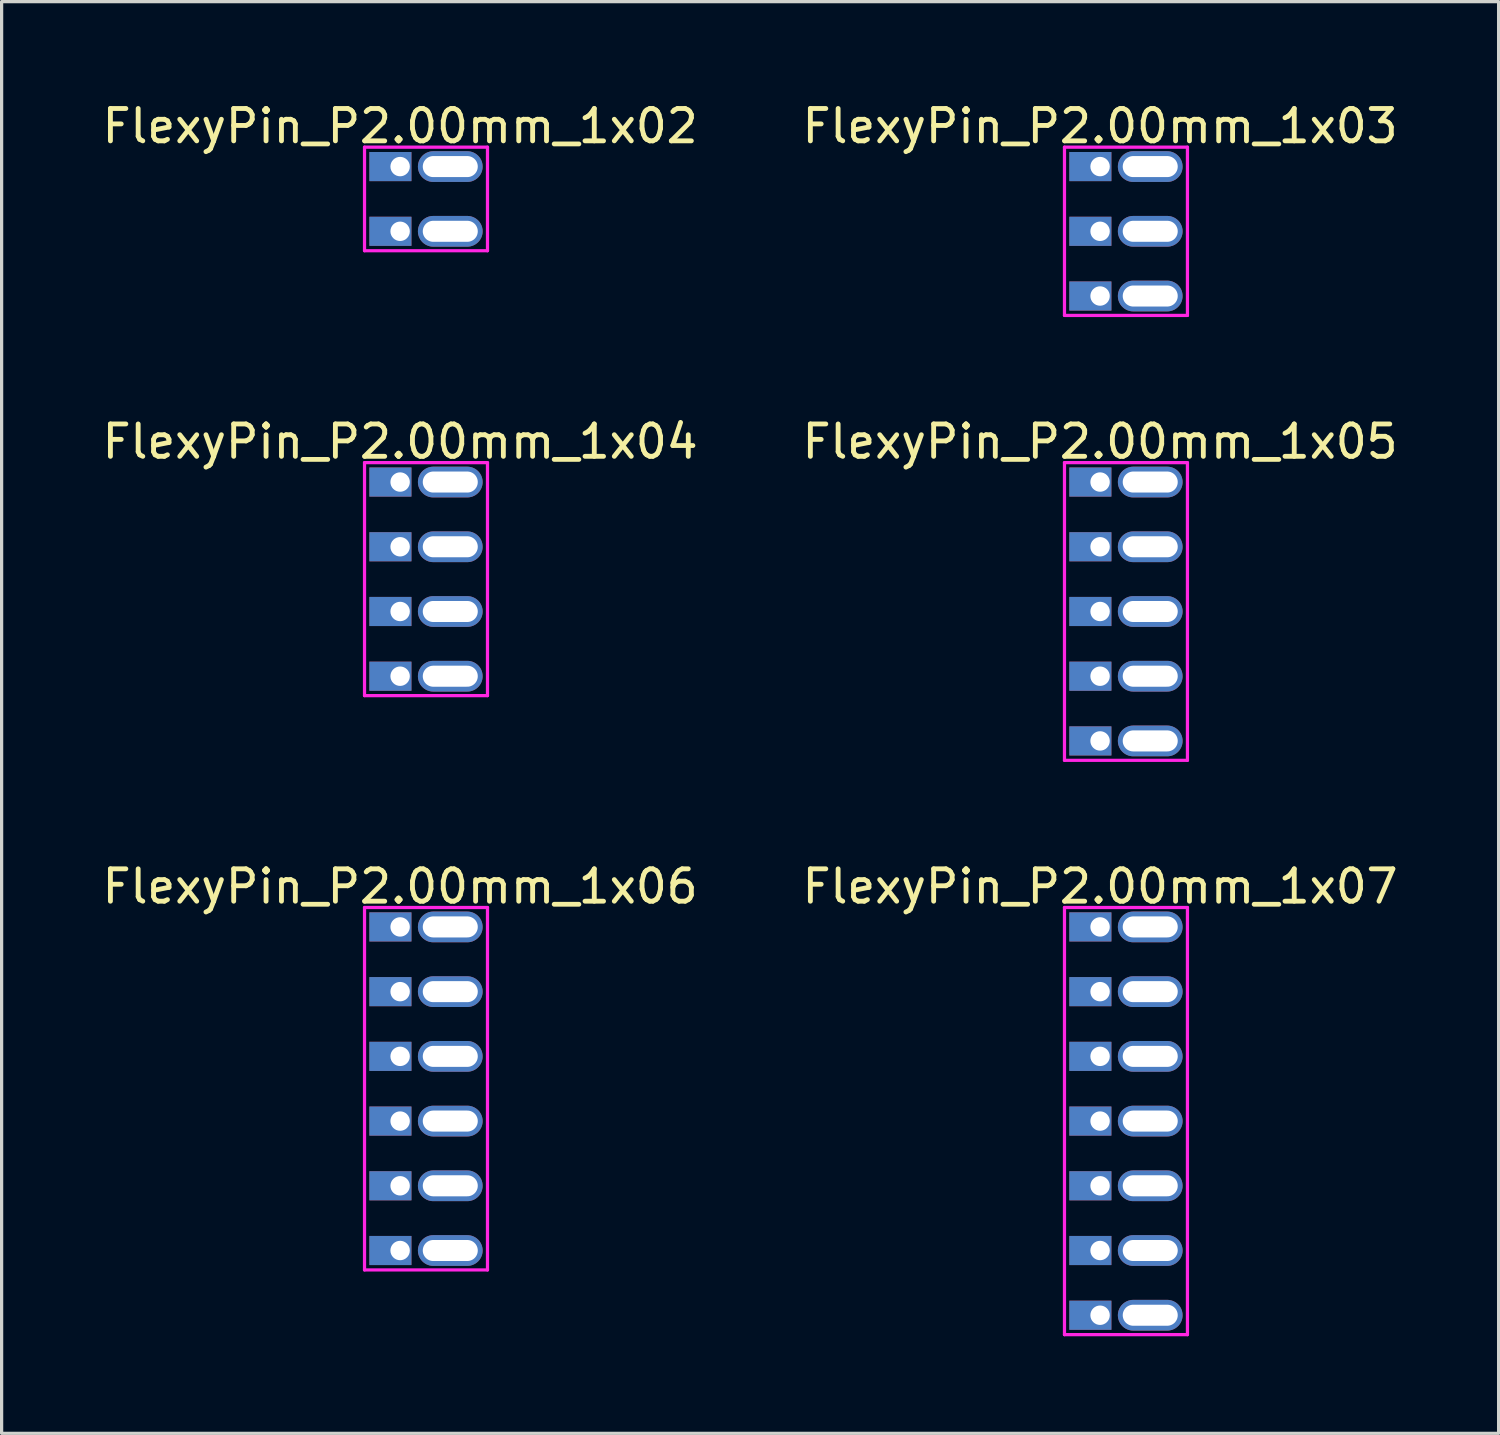
<source format=kicad_pcb>
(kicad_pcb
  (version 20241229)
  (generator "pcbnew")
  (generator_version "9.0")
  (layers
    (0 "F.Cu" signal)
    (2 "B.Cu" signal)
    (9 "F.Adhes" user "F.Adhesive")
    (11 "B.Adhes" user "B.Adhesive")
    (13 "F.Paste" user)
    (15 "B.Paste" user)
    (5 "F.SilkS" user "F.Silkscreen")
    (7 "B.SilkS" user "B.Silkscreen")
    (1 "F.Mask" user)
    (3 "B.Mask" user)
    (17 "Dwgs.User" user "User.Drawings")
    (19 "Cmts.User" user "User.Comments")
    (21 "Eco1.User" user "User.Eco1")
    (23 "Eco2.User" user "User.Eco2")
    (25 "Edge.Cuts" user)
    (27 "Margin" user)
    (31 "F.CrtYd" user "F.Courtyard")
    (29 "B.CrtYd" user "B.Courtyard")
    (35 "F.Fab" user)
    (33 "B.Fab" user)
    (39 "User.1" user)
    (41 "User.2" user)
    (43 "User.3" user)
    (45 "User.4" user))
  (footprint "FlexyPin_P2.00mm_1x06"
    (layer "F.Cu")
    (at 9.315 25.595)
    (property "Reference" "FlexyPin_P2.00mm_1x06" (at 0 -1.25 0) (layer "F.SilkS") (effects (font (size 1 1) (thickness 0.15))))
    (attr through_hole)
    (fp_line (start -1.1 -0.6) (end 2.7 -0.6) (stroke (width 0.1) (type solid)) (layer "F.CrtYd"))
    (fp_line (start -1.1 10.6) (end -1.1 -0.6) (stroke (width 0.1) (type solid)) (layer "F.CrtYd"))
    (fp_line (start 2.7 -0.6) (end 2.7 10.6) (stroke (width 0.1) (type solid)) (layer "F.CrtYd"))
    (fp_line (start 2.7 10.6) (end -1.1 10.6) (stroke (width 0.1) (type solid)) (layer "F.CrtYd"))
    (pad "" thru_hole oval (at 1.55 0) (size 2 0.95) (drill oval 1.7 0.65) (layers "*.Cu" "*.Mask"))
    (pad "" thru_hole oval (at 1.55 2) (size 2 0.95) (drill oval 1.7 0.65) (layers "*.Cu" "*.Mask"))
    (pad "" thru_hole oval (at 1.55 4) (size 2 0.95) (drill oval 1.7 0.65) (layers "*.Cu" "*.Mask"))
    (pad "" thru_hole oval (at 1.55 6) (size 2 0.95) (drill oval 1.7 0.65) (layers "*.Cu" "*.Mask"))
    (pad "" thru_hole oval (at 1.55 8) (size 2 0.95) (drill oval 1.7 0.65) (layers "*.Cu" "*.Mask"))
    (pad "" thru_hole oval (at 1.55 10) (size 2 0.95) (drill oval 1.7 0.65) (layers "*.Cu" "*.Mask"))
    (pad "1" thru_hole rect (at 0 0) (size 1.3 0.9) (drill 0.6 (offset -0.3 0)) (layers "*.Cu" "*.Mask"))
    (pad "2" thru_hole rect (at 0 2) (size 1.3 0.9) (drill 0.6 (offset -0.3 0)) (layers "*.Cu" "*.Mask"))
    (pad "3" thru_hole rect (at 0 4) (size 1.3 0.9) (drill 0.6 (offset -0.3 0)) (layers "*.Cu" "*.Mask"))
    (pad "4" thru_hole rect (at 0 6) (size 1.3 0.9) (drill 0.6 (offset -0.3 0)) (layers "*.Cu" "*.Mask"))
    (pad "5" thru_hole rect (at 0 8) (size 1.3 0.9) (drill 0.6 (offset -0.3 0)) (layers "*.Cu" "*.Mask"))
    (pad "6" thru_hole rect (at 0 10) (size 1.3 0.9) (drill 0.6 (offset -0.3 0)) (layers "*.Cu" "*.Mask")))
  (footprint "FlexyPin_P2.00mm_1x04"
    (layer "F.Cu")
    (at 9.315 11.847)
    (property "Reference" "FlexyPin_P2.00mm_1x04" (at 0 -1.25 0) (layer "F.SilkS") (effects (font (size 1 1) (thickness 0.15))))
    (attr through_hole)
    (fp_line (start -1.1 -0.6) (end 2.7 -0.6) (stroke (width 0.1) (type solid)) (layer "F.CrtYd"))
    (fp_line (start -1.1 6.6) (end -1.1 -0.6) (stroke (width 0.1) (type solid)) (layer "F.CrtYd"))
    (fp_line (start 2.7 -0.6) (end 2.7 6.6) (stroke (width 0.1) (type solid)) (layer "F.CrtYd"))
    (fp_line (start 2.7 6.6) (end -1.1 6.6) (stroke (width 0.1) (type solid)) (layer "F.CrtYd"))
    (pad "" thru_hole oval (at 1.55 0) (size 2 0.95) (drill oval 1.7 0.65) (layers "*.Cu" "*.Mask"))
    (pad "" thru_hole oval (at 1.55 2) (size 2 0.95) (drill oval 1.7 0.65) (layers "*.Cu" "*.Mask"))
    (pad "" thru_hole oval (at 1.55 4) (size 2 0.95) (drill oval 1.7 0.65) (layers "*.Cu" "*.Mask"))
    (pad "" thru_hole oval (at 1.55 6) (size 2 0.95) (drill oval 1.7 0.65) (layers "*.Cu" "*.Mask"))
    (pad "1" thru_hole rect (at 0 0) (size 1.3 0.9) (drill 0.6 (offset -0.3 0)) (layers "*.Cu" "*.Mask"))
    (pad "2" thru_hole rect (at 0 2) (size 1.3 0.9) (drill 0.6 (offset -0.3 0)) (layers "*.Cu" "*.Mask"))
    (pad "3" thru_hole rect (at 0 4) (size 1.3 0.9) (drill 0.6 (offset -0.3 0)) (layers "*.Cu" "*.Mask"))
    (pad "4" thru_hole rect (at 0 6) (size 1.3 0.9) (drill 0.6 (offset -0.3 0)) (layers "*.Cu" "*.Mask")))
  (footprint "FlexyPin_P2.00mm_1x05"
    (layer "F.Cu")
    (at 30.946 11.847)
    (property "Reference" "FlexyPin_P2.00mm_1x05" (at 0 -1.25 0) (layer "F.SilkS") (effects (font (size 1 1) (thickness 0.15))))
    (attr through_hole)
    (fp_line (start -1.1 -0.6) (end 2.7 -0.6) (stroke (width 0.1) (type solid)) (layer "F.CrtYd"))
    (fp_line (start -1.1 8.6) (end -1.1 -0.6) (stroke (width 0.1) (type solid)) (layer "F.CrtYd"))
    (fp_line (start 2.7 -0.6) (end 2.7 8.6) (stroke (width 0.1) (type solid)) (layer "F.CrtYd"))
    (fp_line (start 2.7 8.6) (end -1.1 8.6) (stroke (width 0.1) (type solid)) (layer "F.CrtYd"))
    (pad "" thru_hole oval (at 1.55 0) (size 2 0.95) (drill oval 1.7 0.65) (layers "*.Cu" "*.Mask"))
    (pad "" thru_hole oval (at 1.55 2) (size 2 0.95) (drill oval 1.7 0.65) (layers "*.Cu" "*.Mask"))
    (pad "" thru_hole oval (at 1.55 4) (size 2 0.95) (drill oval 1.7 0.65) (layers "*.Cu" "*.Mask"))
    (pad "" thru_hole oval (at 1.55 6) (size 2 0.95) (drill oval 1.7 0.65) (layers "*.Cu" "*.Mask"))
    (pad "" thru_hole oval (at 1.55 8) (size 2 0.95) (drill oval 1.7 0.65) (layers "*.Cu" "*.Mask"))
    (pad "1" thru_hole rect (at 0 0) (size 1.3 0.9) (drill 0.6 (offset -0.3 0)) (layers "*.Cu" "*.Mask"))
    (pad "2" thru_hole rect (at 0 2) (size 1.3 0.9) (drill 0.6 (offset -0.3 0)) (layers "*.Cu" "*.Mask"))
    (pad "3" thru_hole rect (at 0 4) (size 1.3 0.9) (drill 0.6 (offset -0.3 0)) (layers "*.Cu" "*.Mask"))
    (pad "4" thru_hole rect (at 0 6) (size 1.3 0.9) (drill 0.6 (offset -0.3 0)) (layers "*.Cu" "*.Mask"))
    (pad "5" thru_hole rect (at 0 8) (size 1.3 0.9) (drill 0.6 (offset -0.3 0)) (layers "*.Cu" "*.Mask")))
  (footprint "FlexyPin_P2.00mm_1x03"
    (layer "F.Cu")
    (at 30.946 2.098)
    (property "Reference" "FlexyPin_P2.00mm_1x03" (at 0 -1.25 0) (layer "F.SilkS") (effects (font (size 1 1) (thickness 0.15))))
    (attr through_hole)
    (fp_line (start -1.1 -0.6) (end 2.7 -0.6) (stroke (width 0.1) (type solid)) (layer "F.CrtYd"))
    (fp_line (start -1.1 4.6) (end -1.1 -0.6) (stroke (width 0.1) (type solid)) (layer "F.CrtYd"))
    (fp_line (start 2.7 -0.6) (end 2.7 4.6) (stroke (width 0.1) (type solid)) (layer "F.CrtYd"))
    (fp_line (start 2.7 4.6) (end -1.1 4.6) (stroke (width 0.1) (type solid)) (layer "F.CrtYd"))
    (pad "" thru_hole oval (at 1.55 0) (size 2 0.95) (drill oval 1.7 0.65) (layers "*.Cu" "*.Mask"))
    (pad "" thru_hole oval (at 1.55 2) (size 2 0.95) (drill oval 1.7 0.65) (layers "*.Cu" "*.Mask"))
    (pad "" thru_hole oval (at 1.55 4) (size 2 0.95) (drill oval 1.7 0.65) (layers "*.Cu" "*.Mask"))
    (pad "1" thru_hole rect (at 0 0) (size 1.3 0.9) (drill 0.6 (offset -0.3 0)) (layers "*.Cu" "*.Mask"))
    (pad "2" thru_hole rect (at 0 2) (size 1.3 0.9) (drill 0.6 (offset -0.3 0)) (layers "*.Cu" "*.Mask"))
    (pad "3" thru_hole rect (at 0 4) (size 1.3 0.9) (drill 0.6 (offset -0.3 0)) (layers "*.Cu" "*.Mask")))
  (footprint "FlexyPin_P2.00mm_1x07"
    (layer "F.Cu")
    (at 30.946 25.595)
    (property "Reference" "FlexyPin_P2.00mm_1x07" (at 0 -1.25 0) (layer "F.SilkS") (effects (font (size 1 1) (thickness 0.15))))
    (attr through_hole)
    (fp_line (start -1.1 -0.6) (end 2.7 -0.6) (stroke (width 0.1) (type solid)) (layer "F.CrtYd"))
    (fp_line (start -1.1 12.6) (end -1.1 -0.6) (stroke (width 0.1) (type solid)) (layer "F.CrtYd"))
    (fp_line (start 2.7 -0.6) (end 2.7 12.6) (stroke (width 0.1) (type solid)) (layer "F.CrtYd"))
    (fp_line (start 2.7 12.6) (end -1.1 12.6) (stroke (width 0.1) (type solid)) (layer "F.CrtYd"))
    (pad "" thru_hole oval (at 1.55 0) (size 2 0.95) (drill oval 1.7 0.65) (layers "*.Cu" "*.Mask"))
    (pad "" thru_hole oval (at 1.55 2) (size 2 0.95) (drill oval 1.7 0.65) (layers "*.Cu" "*.Mask"))
    (pad "" thru_hole oval (at 1.55 4) (size 2 0.95) (drill oval 1.7 0.65) (layers "*.Cu" "*.Mask"))
    (pad "" thru_hole oval (at 1.55 6) (size 2 0.95) (drill oval 1.7 0.65) (layers "*.Cu" "*.Mask"))
    (pad "" thru_hole oval (at 1.55 8) (size 2 0.95) (drill oval 1.7 0.65) (layers "*.Cu" "*.Mask"))
    (pad "" thru_hole oval (at 1.55 10) (size 2 0.95) (drill oval 1.7 0.65) (layers "*.Cu" "*.Mask"))
    (pad "" thru_hole oval (at 1.55 12) (size 2 0.95) (drill oval 1.7 0.65) (layers "*.Cu" "*.Mask"))
    (pad "1" thru_hole rect (at 0 0) (size 1.3 0.9) (drill 0.6 (offset -0.3 0)) (layers "*.Cu" "*.Mask"))
    (pad "2" thru_hole rect (at 0 2) (size 1.3 0.9) (drill 0.6 (offset -0.3 0)) (layers "*.Cu" "*.Mask"))
    (pad "3" thru_hole rect (at 0 4) (size 1.3 0.9) (drill 0.6 (offset -0.3 0)) (layers "*.Cu" "*.Mask"))
    (pad "4" thru_hole rect (at 0 6) (size 1.3 0.9) (drill 0.6 (offset -0.3 0)) (layers "*.Cu" "*.Mask"))
    (pad "5" thru_hole rect (at 0 8) (size 1.3 0.9) (drill 0.6 (offset -0.3 0)) (layers "*.Cu" "*.Mask"))
    (pad "6" thru_hole rect (at 0 10) (size 1.3 0.9) (drill 0.6 (offset -0.3 0)) (layers "*.Cu" "*.Mask"))
    (pad "7" thru_hole rect (at 0 12) (size 1.3 0.9) (drill 0.6 (offset -0.3 0)) (layers "*.Cu" "*.Mask")))
  (footprint "FlexyPin_P2.00mm_1x02"
    (layer "F.Cu")
    (at 9.315 2.098)
    (property "Reference" "FlexyPin_P2.00mm_1x02" (at 0 -1.25 0) (layer "F.SilkS") (effects (font (size 1 1) (thickness 0.15))))
    (attr through_hole)
    (fp_line (start -1.1 -0.6) (end 2.7 -0.6) (stroke (width 0.1) (type solid)) (layer "F.CrtYd"))
    (fp_line (start -1.1 2.6) (end -1.1 -0.6) (stroke (width 0.1) (type solid)) (layer "F.CrtYd"))
    (fp_line (start 2.7 -0.6) (end 2.7 2.6) (stroke (width 0.1) (type solid)) (layer "F.CrtYd"))
    (fp_line (start 2.7 2.6) (end -1.1 2.6) (stroke (width 0.1) (type solid)) (layer "F.CrtYd"))
    (pad "" thru_hole oval (at 1.55 0) (size 2 0.95) (drill oval 1.7 0.65) (layers "*.Cu" "*.Mask"))
    (pad "" thru_hole oval (at 1.55 2) (size 2 0.95) (drill oval 1.7 0.65) (layers "*.Cu" "*.Mask"))
    (pad "1" thru_hole rect (at 0 0) (size 1.3 0.9) (drill 0.6 (offset -0.3 0)) (layers "*.Cu" "*.Mask"))
    (pad "2" thru_hole rect (at 0 2) (size 1.3 0.9) (drill 0.6 (offset -0.3 0)) (layers "*.Cu" "*.Mask")))
  (gr_rect
    (start -3 -3)
    (end 43.262 41.245)
    (stroke (width 0.1) (type default))
    (fill no)
    (layer "Edge.Cuts")))
</source>
